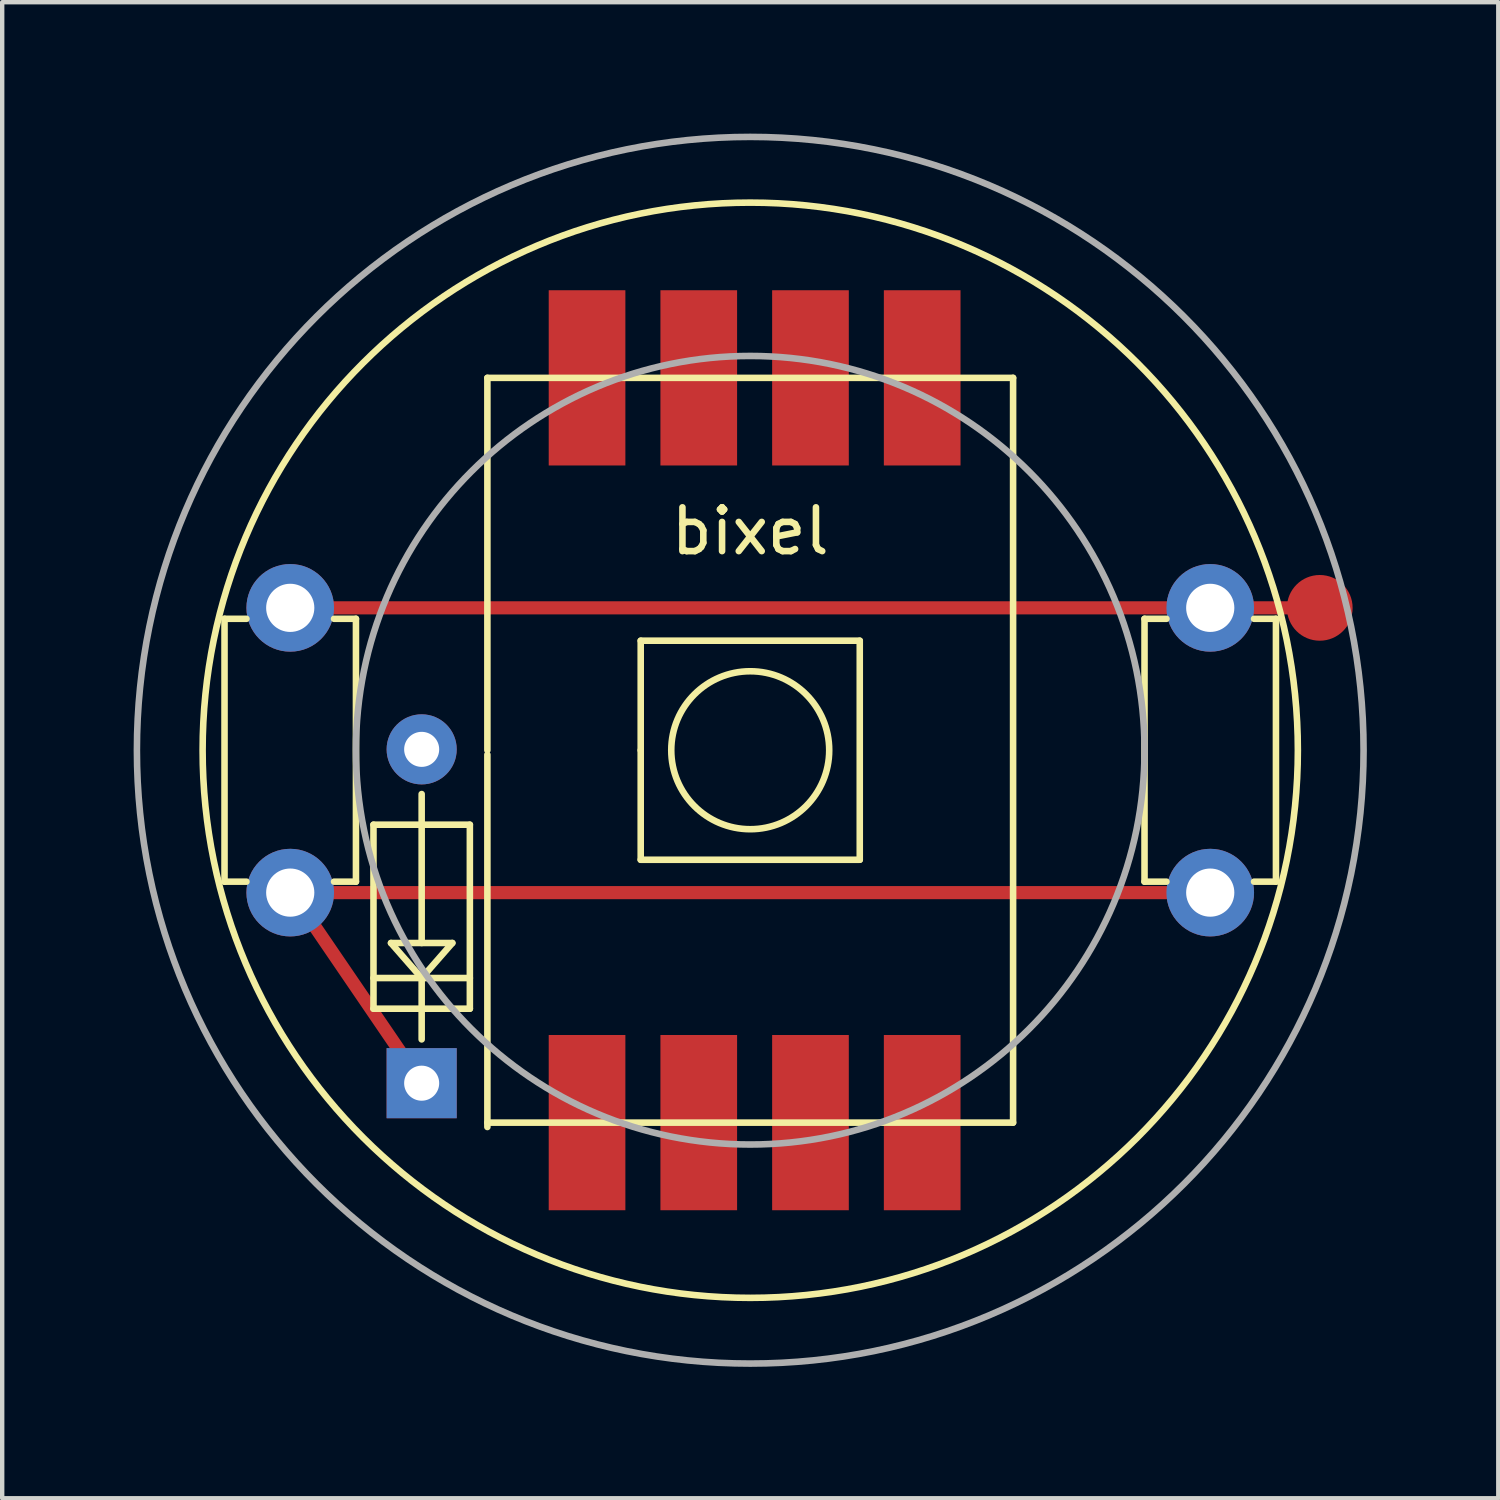
<source format=kicad_pcb>
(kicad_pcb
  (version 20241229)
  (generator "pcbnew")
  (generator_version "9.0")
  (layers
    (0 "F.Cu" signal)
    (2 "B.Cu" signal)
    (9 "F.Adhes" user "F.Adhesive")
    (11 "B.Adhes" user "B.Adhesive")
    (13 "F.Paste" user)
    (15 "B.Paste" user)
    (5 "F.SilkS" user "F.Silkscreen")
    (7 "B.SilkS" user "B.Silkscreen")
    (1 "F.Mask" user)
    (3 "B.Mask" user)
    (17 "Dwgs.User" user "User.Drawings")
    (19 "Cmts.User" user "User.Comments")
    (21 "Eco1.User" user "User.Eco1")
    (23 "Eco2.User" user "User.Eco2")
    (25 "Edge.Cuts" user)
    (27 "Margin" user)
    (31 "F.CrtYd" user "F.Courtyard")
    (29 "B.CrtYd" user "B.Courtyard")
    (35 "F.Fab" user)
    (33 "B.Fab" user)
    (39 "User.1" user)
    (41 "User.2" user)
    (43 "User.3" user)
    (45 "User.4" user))
  (footprint "bixel"
    (layer "F.Cu")
    (at 14.075 14.075)
    (property "Reference" "bixel" (at 0 -5 0) (layer "F.SilkS") (effects (font (size 1 1) (thickness 0.15))))
    (attr through_hole)
    (fp_line (start -10.5 -3.25) (end 10.5 -3.25) (stroke (width 0.3) (type solid)) (layer "F.Cu"))
    (fp_line (start -10.5 3.25) (end 10.5 3.25) (stroke (width 0.3) (type solid)) (layer "F.Cu"))
    (fp_line (start -7.5 7.6) (end -10.5 3.2) (stroke (width 0.3) (type solid)) (layer "F.Cu"))
    (fp_line (start 10.5 -3.25) (end 13 -3.25) (stroke (width 0.3) (type solid)) (layer "F.Cu"))
    (fp_line (start -12 -3) (end -12 3) (stroke (width 0.15) (type solid)) (layer "F.SilkS"))
    (fp_line (start -12 3) (end -11.5 3) (stroke (width 0.15) (type solid)) (layer "F.SilkS"))
    (fp_line (start -11.5 -3) (end -12 -3) (stroke (width 0.15) (type solid)) (layer "F.SilkS"))
    (fp_line (start -9.5 3) (end -9 3) (stroke (width 0.15) (type solid)) (layer "F.SilkS"))
    (fp_line (start -9 -3) (end -9.5 -3) (stroke (width 0.15) (type solid)) (layer "F.SilkS"))
    (fp_line (start -9 3) (end -9 -3) (stroke (width 0.15) (type solid)) (layer "F.SilkS"))
    (fp_line (start -8.6 1.7) (end -6.4 1.7) (stroke (width 0.15) (type solid)) (layer "F.SilkS"))
    (fp_line (start -8.6 5.2) (end -6.4 5.2) (stroke (width 0.15) (type solid)) (layer "F.SilkS"))
    (fp_line (start -8.6 5.9) (end -8.6 1.7) (stroke (width 0.15) (type solid)) (layer "F.SilkS"))
    (fp_line (start -8.2 4.4) (end -6.8 4.4) (stroke (width 0.15) (type solid)) (layer "F.SilkS"))
    (fp_line (start -7.5 4.4) (end -7.5 1) (stroke (width 0.15) (type solid)) (layer "F.SilkS"))
    (fp_line (start -7.5 5.2) (end -8.2 4.4) (stroke (width 0.15) (type solid)) (layer "F.SilkS"))
    (fp_line (start -7.5 5.2) (end -7.5 5.9) (stroke (width 0.15) (type solid)) (layer "F.SilkS"))
    (fp_line (start -7.5 5.9) (end -7.5 6.6) (stroke (width 0.15) (type solid)) (layer "F.SilkS"))
    (fp_line (start -6.8 4.4) (end -7.5 5.2) (stroke (width 0.15) (type solid)) (layer "F.SilkS"))
    (fp_line (start -6.4 1.7) (end -6.4 5.9) (stroke (width 0.15) (type solid)) (layer "F.SilkS"))
    (fp_line (start -6.4 5.9) (end -8.6 5.9) (stroke (width 0.15) (type solid)) (layer "F.SilkS"))
    (fp_line (start -6 -8.5) (end 6 -8.5) (stroke (width 0.15) (type solid)) (layer "F.SilkS"))
    (fp_line (start -6 0) (end -6 -8.5) (stroke (width 0.15) (type solid)) (layer "F.SilkS"))
    (fp_line (start -6 8.6) (end -6 0.1) (stroke (width 0.15) (type solid)) (layer "F.SilkS"))
    (fp_line (start -2.5 -2.5) (end 2.5 -2.5) (stroke (width 0.15) (type solid)) (layer "F.SilkS"))
    (fp_line (start -2.5 0) (end -2.5 -2.5) (stroke (width 0.15) (type solid)) (layer "F.SilkS"))
    (fp_line (start -2.5 2.5) (end -2.5 0) (stroke (width 0.15) (type solid)) (layer "F.SilkS"))
    (fp_line (start 2.5 -2.5) (end 2.5 2.5) (stroke (width 0.15) (type solid)) (layer "F.SilkS"))
    (fp_line (start 2.5 2.5) (end -2.5 2.5) (stroke (width 0.15) (type solid)) (layer "F.SilkS"))
    (fp_line (start 6 -8.5) (end 6 8.5) (stroke (width 0.15) (type solid)) (layer "F.SilkS"))
    (fp_line (start 6 8.5) (end -6 8.5) (stroke (width 0.15) (type solid)) (layer "F.SilkS"))
    (fp_line (start 9 -3) (end 9 3) (stroke (width 0.15) (type solid)) (layer "F.SilkS"))
    (fp_line (start 9 3) (end 9.5 3) (stroke (width 0.15) (type solid)) (layer "F.SilkS"))
    (fp_line (start 9.5 -3) (end 9 -3) (stroke (width 0.15) (type solid)) (layer "F.SilkS"))
    (fp_line (start 11.5 3) (end 12 3) (stroke (width 0.15) (type solid)) (layer "F.SilkS"))
    (fp_line (start 12 -3) (end 11.5 -3) (stroke (width 0.15) (type solid)) (layer "F.SilkS"))
    (fp_line (start 12 3) (end 12 -3) (stroke (width 0.15) (type solid)) (layer "F.SilkS"))
    (fp_circle (center 0 0) (end 0 12.5) (stroke (width 0.15) (type solid)) (fill no) (layer "F.SilkS"))
    (fp_circle (center 0 0) (end 1 1.5) (stroke (width 0.15) (type solid)) (fill no) (layer "F.SilkS"))
    (fp_circle (center 0 0) (end 9 0) (stroke (width 0.15) (type solid)) (fill no) (layer "F.Fab"))
    (fp_circle (center 0 0) (end 14 0) (stroke (width 0.15) (type solid)) (fill no) (layer "F.Fab"))
    (pad "" thru_hole circle (at -10.5 -3.25) (size 2 2) (drill 1.1) (layers "*.Cu" "*.Mask"))
    (pad "" thru_hole circle (at -10.5 3.25) (size 2 2) (drill 1.1) (layers "*.Cu" "*.Mask"))
    (pad "" thru_hole rect (at -7.5 7.6 90) (size 1.6 1.6) (drill 0.8) (layers "*.Cu" "*.Mask"))
    (pad "" thru_hole circle (at 10.5 -3.25) (size 2 2) (drill 1.1) (layers "*.Cu" "*.Mask"))
    (pad "" thru_hole circle (at 10.5 3.25) (size 2 2) (drill 1.1) (layers "*.Cu" "*.Mask"))
    (pad "1" smd rect (at -3.725 -8.5) (size 1.75 4) (layers "F.Cu" "F.Mask" "F.Paste"))
    (pad "2" smd rect (at -1.175 -8.5) (size 1.75 4) (layers "F.Cu" "F.Mask" "F.Paste"))
    (pad "3" smd rect (at 1.375 -8.5) (size 1.75 4) (layers "F.Cu" "F.Mask" "F.Paste"))
    (pad "4" smd rect (at 3.925 -8.5) (size 1.75 4) (layers "F.Cu" "F.Mask" "F.Paste"))
    (pad "5" smd rect (at -3.725 8.5) (size 1.75 4) (layers "F.Cu" "F.Mask" "F.Paste"))
    (pad "6" smd rect (at -1.175 8.5) (size 1.75 4) (layers "F.Cu" "F.Mask" "F.Paste"))
    (pad "7" smd rect (at 1.375 8.5) (size 1.75 4) (layers "F.Cu" "F.Mask" "F.Paste"))
    (pad "8" smd rect (at 3.925 8.5) (size 1.75 4) (layers "F.Cu" "F.Mask" "F.Paste"))
    (pad "9" thru_hole oval (at -7.5 -0.02 90) (size 1.6 1.6) (drill 0.8) (layers "*.Cu" "*.Mask"))
    (pad "10" smd circle (at 13 -3.25) (size 1.5 1.5) (layers "F.Cu" "F.Mask" "F.Paste")))
  (gr_rect
    (start -3 -3)
    (end 31.15 31.15)
    (stroke (width 0.1) (type default))
    (fill no)
    (layer "Edge.Cuts")))
</source>
